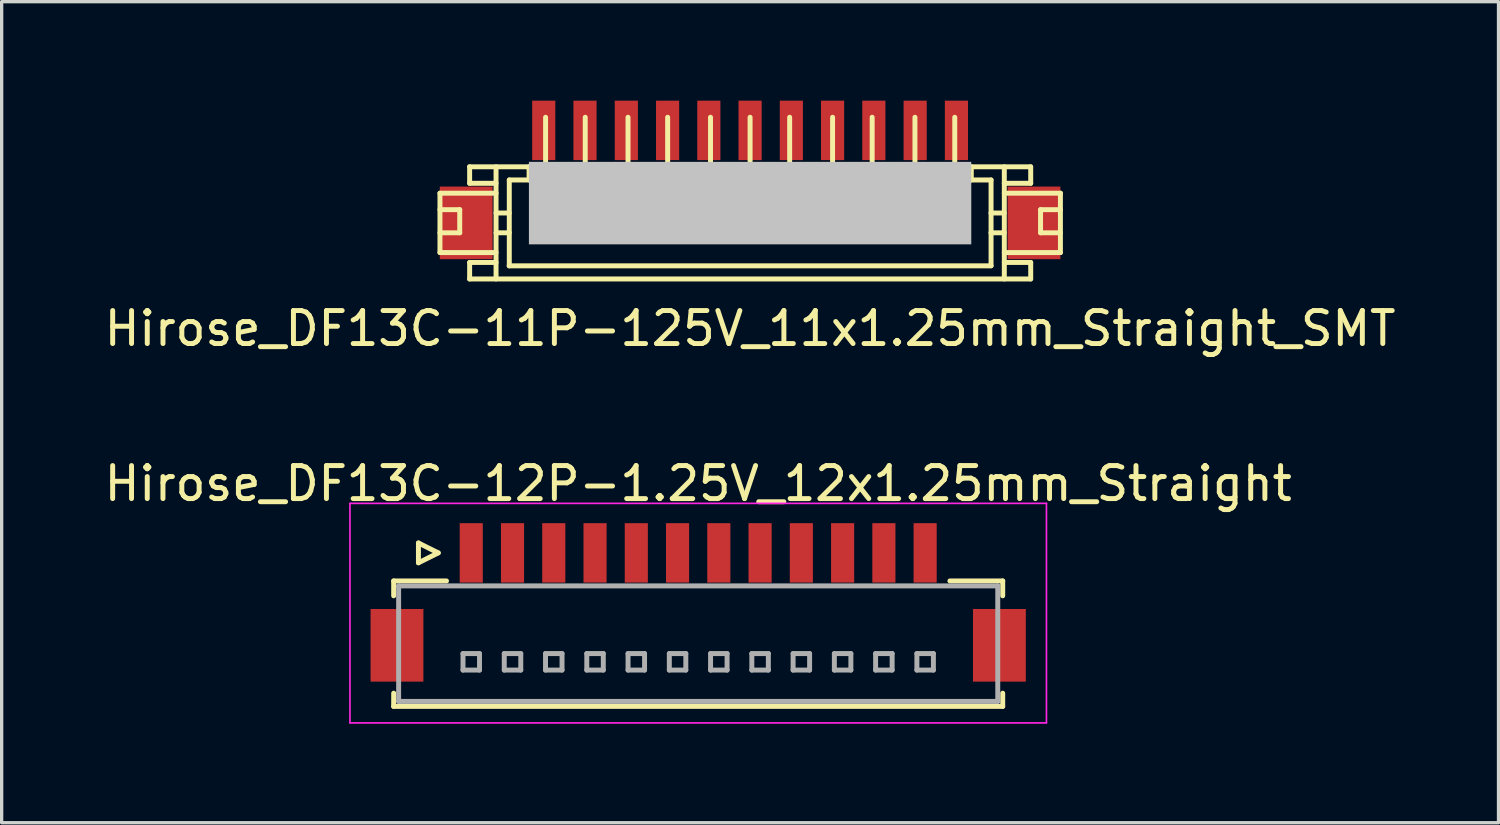
<source format=kicad_pcb>
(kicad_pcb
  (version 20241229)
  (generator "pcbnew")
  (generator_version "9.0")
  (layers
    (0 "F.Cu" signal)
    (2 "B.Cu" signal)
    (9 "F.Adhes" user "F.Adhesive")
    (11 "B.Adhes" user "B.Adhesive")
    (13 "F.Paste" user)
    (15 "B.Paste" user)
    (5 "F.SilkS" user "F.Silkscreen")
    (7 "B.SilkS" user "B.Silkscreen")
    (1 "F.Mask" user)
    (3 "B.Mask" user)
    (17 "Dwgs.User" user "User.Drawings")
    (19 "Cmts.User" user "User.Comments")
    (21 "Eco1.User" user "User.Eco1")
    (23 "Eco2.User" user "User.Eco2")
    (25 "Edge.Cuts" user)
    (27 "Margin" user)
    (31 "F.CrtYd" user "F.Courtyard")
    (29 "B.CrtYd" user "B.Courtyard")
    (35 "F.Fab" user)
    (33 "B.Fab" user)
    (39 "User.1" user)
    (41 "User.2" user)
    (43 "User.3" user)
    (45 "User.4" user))
  (footprint "Hirose_DF13C-11P-125V_11x1.25mm_Straight_SMT"
    (layer "F.Cu")
    (at 19.673 2.902)
    (property "Reference" "Hirose_DF13C-11P-125V_11x1.25mm_Straight_SMT" (at 0 4 0) (layer "F.SilkS") (effects (font (size 1 1) (thickness 0.15))))
    (attr smd)
    (fp_line (start -9.395 -0.099) (end -7.696 -0.099) (stroke (width 0.15) (type solid)) (layer "F.SilkS"))
    (fp_line (start -9.395 0.399) (end -8.796 0.399) (stroke (width 0.15) (type solid)) (layer "F.SilkS"))
    (fp_line (start -9.395 1.699) (end -9.395 -0.099) (stroke (width 0.15) (type solid)) (layer "F.SilkS"))
    (fp_line (start -9.395 1.699) (end -7.696 1.699) (stroke (width 0.15) (type solid)) (layer "F.SilkS"))
    (fp_line (start -8.796 0.399) (end -8.796 1.1) (stroke (width 0.15) (type solid)) (layer "F.SilkS"))
    (fp_line (start -8.796 1.1) (end -9.395 1.1) (stroke (width 0.15) (type solid)) (layer "F.SilkS"))
    (fp_line (start -8.499 -0.899) (end 8.499 -0.899) (stroke (width 0.15) (type solid)) (layer "F.SilkS"))
    (fp_line (start -8.499 2.499) (end 8.499 2.499) (stroke (width 0.15) (type solid)) (layer "F.SilkS"))
    (fp_line (start -8.496 -0.399) (end -8.496 -0.899) (stroke (width 0.15) (type solid)) (layer "F.SilkS"))
    (fp_line (start -8.496 2.499) (end -8.496 1.999) (stroke (width 0.15) (type solid)) (layer "F.SilkS"))
    (fp_line (start -7.696 -0.899) (end -7.696 2.499) (stroke (width 0.15) (type solid)) (layer "F.SilkS"))
    (fp_line (start -7.696 -0.399) (end -8.496 -0.399) (stroke (width 0.15) (type solid)) (layer "F.SilkS"))
    (fp_line (start -7.696 0.5) (end -7.295 0.5) (stroke (width 0.15) (type solid)) (layer "F.SilkS"))
    (fp_line (start -7.696 1.1) (end -7.295 1.1) (stroke (width 0.15) (type solid)) (layer "F.SilkS"))
    (fp_line (start -7.696 1.999) (end -8.496 1.999) (stroke (width 0.15) (type solid)) (layer "F.SilkS"))
    (fp_line (start -7.295 -0.5) (end -6.695 -0.5) (stroke (width 0.15) (type solid)) (layer "F.SilkS"))
    (fp_line (start -7.295 2.101) (end -7.295 -0.5) (stroke (width 0.15) (type solid)) (layer "F.SilkS"))
    (fp_line (start -6.695 -0.902) (end -6.695 -0.5) (stroke (width 0.15) (type solid)) (layer "F.SilkS"))
    (fp_line (start -6.297 0.998) (end -6.297 1.199) (stroke (width 0.15) (type solid)) (layer "F.SilkS"))
    (fp_line (start -6.297 1.199) (end -6.096 1.199) (stroke (width 0.15) (type solid)) (layer "F.SilkS"))
    (fp_line (start -6.195 -0.902) (end -6.195 -2.4) (stroke (width 0.15) (type solid)) (layer "F.SilkS"))
    (fp_line (start -6.096 0.998) (end -6.297 0.998) (stroke (width 0.15) (type solid)) (layer "F.SilkS"))
    (fp_line (start -6.096 1.199) (end -6.096 0.998) (stroke (width 0.15) (type solid)) (layer "F.SilkS"))
    (fp_line (start -5.1 1.001) (end -4.902 1.001) (stroke (width 0.15) (type solid)) (layer "F.SilkS"))
    (fp_line (start -5.1 1.199) (end -5.1 1.001) (stroke (width 0.15) (type solid)) (layer "F.SilkS"))
    (fp_line (start -4.994 -0.899) (end -4.994 -2.4) (stroke (width 0.15) (type solid)) (layer "F.SilkS"))
    (fp_line (start -4.902 1.001) (end -4.902 1.199) (stroke (width 0.15) (type solid)) (layer "F.SilkS"))
    (fp_line (start -4.902 1.199) (end -5.1 1.199) (stroke (width 0.15) (type solid)) (layer "F.SilkS"))
    (fp_line (start -3.797 1.001) (end -3.599 1.001) (stroke (width 0.15) (type solid)) (layer "F.SilkS"))
    (fp_line (start -3.797 1.199) (end -3.797 1.001) (stroke (width 0.15) (type solid)) (layer "F.SilkS"))
    (fp_line (start -3.698 -2.4) (end -3.698 -0.899) (stroke (width 0.15) (type solid)) (layer "F.SilkS"))
    (fp_line (start -3.599 1.001) (end -3.599 1.199) (stroke (width 0.15) (type solid)) (layer "F.SilkS"))
    (fp_line (start -3.599 1.199) (end -3.797 1.199) (stroke (width 0.15) (type solid)) (layer "F.SilkS"))
    (fp_line (start -2.598 1.001) (end -2.4 1.001) (stroke (width 0.15) (type solid)) (layer "F.SilkS"))
    (fp_line (start -2.598 1.199) (end -2.598 1.001) (stroke (width 0.15) (type solid)) (layer "F.SilkS"))
    (fp_line (start -2.497 -0.899) (end -2.497 -2.4) (stroke (width 0.15) (type solid)) (layer "F.SilkS"))
    (fp_line (start -2.4 1.001) (end -2.4 1.199) (stroke (width 0.15) (type solid)) (layer "F.SilkS"))
    (fp_line (start -2.4 1.199) (end -2.598 1.199) (stroke (width 0.15) (type solid)) (layer "F.SilkS"))
    (fp_line (start -1.298 1.001) (end -1.1 1.001) (stroke (width 0.15) (type solid)) (layer "F.SilkS"))
    (fp_line (start -1.298 1.199) (end -1.298 1.001) (stroke (width 0.15) (type solid)) (layer "F.SilkS"))
    (fp_line (start -1.199 -0.899) (end -1.199 -2.4) (stroke (width 0.15) (type solid)) (layer "F.SilkS"))
    (fp_line (start -1.1 1.001) (end -1.1 1.199) (stroke (width 0.15) (type solid)) (layer "F.SilkS"))
    (fp_line (start -1.1 1.199) (end -1.298 1.199) (stroke (width 0.15) (type solid)) (layer "F.SilkS"))
    (fp_line (start -0.099 1.001) (end 0.099 1.001) (stroke (width 0.15) (type solid)) (layer "F.SilkS"))
    (fp_line (start -0.099 1.199) (end -0.099 1.001) (stroke (width 0.15) (type solid)) (layer "F.SilkS"))
    (fp_line (start 0 -2.4) (end 0 -0.899) (stroke (width 0.15) (type solid)) (layer "F.SilkS"))
    (fp_line (start 0.099 1.001) (end 0.099 1.199) (stroke (width 0.15) (type solid)) (layer "F.SilkS"))
    (fp_line (start 0.099 1.199) (end -0.099 1.199) (stroke (width 0.15) (type solid)) (layer "F.SilkS"))
    (fp_line (start 1.102 1.001) (end 1.3 1.001) (stroke (width 0.15) (type solid)) (layer "F.SilkS"))
    (fp_line (start 1.102 1.199) (end 1.102 1.001) (stroke (width 0.15) (type solid)) (layer "F.SilkS"))
    (fp_line (start 1.199 -2.4) (end 1.199 -0.899) (stroke (width 0.15) (type solid)) (layer "F.SilkS"))
    (fp_line (start 1.3 1.001) (end 1.3 1.199) (stroke (width 0.15) (type solid)) (layer "F.SilkS"))
    (fp_line (start 1.3 1.199) (end 1.102 1.199) (stroke (width 0.15) (type solid)) (layer "F.SilkS"))
    (fp_line (start 2.398 1.001) (end 2.598 1.001) (stroke (width 0.15) (type solid)) (layer "F.SilkS"))
    (fp_line (start 2.398 1.199) (end 2.398 1.001) (stroke (width 0.15) (type solid)) (layer "F.SilkS"))
    (fp_line (start 2.499 -2.4) (end 2.499 -0.899) (stroke (width 0.15) (type solid)) (layer "F.SilkS"))
    (fp_line (start 2.598 1.001) (end 2.598 1.199) (stroke (width 0.15) (type solid)) (layer "F.SilkS"))
    (fp_line (start 2.598 1.199) (end 2.398 1.199) (stroke (width 0.15) (type solid)) (layer "F.SilkS"))
    (fp_line (start 3.597 1.001) (end 3.795 1.001) (stroke (width 0.15) (type solid)) (layer "F.SilkS"))
    (fp_line (start 3.597 1.199) (end 3.597 1.001) (stroke (width 0.15) (type solid)) (layer "F.SilkS"))
    (fp_line (start 3.698 -0.899) (end 3.698 -2.4) (stroke (width 0.15) (type solid)) (layer "F.SilkS"))
    (fp_line (start 3.795 1.001) (end 3.795 1.199) (stroke (width 0.15) (type solid)) (layer "F.SilkS"))
    (fp_line (start 3.795 1.199) (end 3.597 1.199) (stroke (width 0.15) (type solid)) (layer "F.SilkS"))
    (fp_line (start 4.9 0.998) (end 5.1 0.998) (stroke (width 0.15) (type solid)) (layer "F.SilkS"))
    (fp_line (start 4.9 1.199) (end 4.9 0.998) (stroke (width 0.15) (type solid)) (layer "F.SilkS"))
    (fp_line (start 4.994 -0.899) (end 4.994 -2.4) (stroke (width 0.15) (type solid)) (layer "F.SilkS"))
    (fp_line (start 5.1 0.998) (end 5.1 1.199) (stroke (width 0.15) (type solid)) (layer "F.SilkS"))
    (fp_line (start 5.1 1.199) (end 4.9 1.199) (stroke (width 0.15) (type solid)) (layer "F.SilkS"))
    (fp_line (start 6.101 1.001) (end 6.302 1.001) (stroke (width 0.15) (type solid)) (layer "F.SilkS"))
    (fp_line (start 6.101 1.199) (end 6.101 1.001) (stroke (width 0.15) (type solid)) (layer "F.SilkS"))
    (fp_line (start 6.2 -0.902) (end 6.2 -2.4) (stroke (width 0.15) (type solid)) (layer "F.SilkS"))
    (fp_line (start 6.302 1.001) (end 6.302 1.199) (stroke (width 0.15) (type solid)) (layer "F.SilkS"))
    (fp_line (start 6.302 1.199) (end 6.101 1.199) (stroke (width 0.15) (type solid)) (layer "F.SilkS"))
    (fp_line (start 6.701 -0.5) (end 6.701 -0.902) (stroke (width 0.15) (type solid)) (layer "F.SilkS"))
    (fp_line (start 7.297 1.1) (end 7.699 1.1) (stroke (width 0.15) (type solid)) (layer "F.SilkS"))
    (fp_line (start 7.3 -0.5) (end 6.701 -0.5) (stroke (width 0.15) (type solid)) (layer "F.SilkS"))
    (fp_line (start 7.3 2.098) (end 7.3 -0.5) (stroke (width 0.15) (type solid)) (layer "F.SilkS"))
    (fp_line (start 7.3 2.101) (end -7.3 2.101) (stroke (width 0.15) (type solid)) (layer "F.SilkS"))
    (fp_line (start 7.699 0.5) (end 7.297 0.5) (stroke (width 0.15) (type solid)) (layer "F.SilkS"))
    (fp_line (start 7.701 -0.899) (end 7.701 2.499) (stroke (width 0.15) (type solid)) (layer "F.SilkS"))
    (fp_line (start 8.501 -0.399) (end 7.701 -0.399) (stroke (width 0.15) (type solid)) (layer "F.SilkS"))
    (fp_line (start 8.501 -0.399) (end 8.501 -0.899) (stroke (width 0.15) (type solid)) (layer "F.SilkS"))
    (fp_line (start 8.501 1.999) (end 7.701 1.999) (stroke (width 0.15) (type solid)) (layer "F.SilkS"))
    (fp_line (start 8.501 2.499) (end 8.501 1.999) (stroke (width 0.15) (type solid)) (layer "F.SilkS"))
    (fp_line (start 8.799 0.399) (end 8.799 1.1) (stroke (width 0.15) (type solid)) (layer "F.SilkS"))
    (fp_line (start 8.801 0.399) (end 9.401 0.399) (stroke (width 0.15) (type solid)) (layer "F.SilkS"))
    (fp_line (start 8.801 1.1) (end 9.401 1.1) (stroke (width 0.15) (type solid)) (layer "F.SilkS"))
    (fp_line (start 9.401 -0.099) (end 7.701 -0.099) (stroke (width 0.15) (type solid)) (layer "F.SilkS"))
    (fp_line (start 9.401 -0.099) (end 9.401 1.699) (stroke (width 0.15) (type solid)) (layer "F.SilkS"))
    (fp_line (start 9.401 1.699) (end 7.701 1.699) (stroke (width 0.15) (type solid)) (layer "F.SilkS"))
    (pad "" smd rect (at -8.6 0.8) (size 1.6 2.2) (layers "F.Cu" "F.Mask" "F.Paste"))
    (pad "" smd rect (at 0 0.201) (size 13.401 2.499) (layers "Dwgs.User"))
    (pad "" smd rect (at 8.6 0.8) (size 1.6 2.2) (layers "F.Cu" "F.Mask" "F.Paste"))
    (pad "1" smd rect (at -6.251 -2.002) (size 0.701 1.801) (layers "F.Cu" "F.Mask" "F.Paste"))
    (pad "2" smd rect (at -5.001 -2.002) (size 0.701 1.801) (layers "F.Cu" "F.Mask" "F.Paste"))
    (pad "3" smd rect (at -3.749 -2.002) (size 0.701 1.801) (layers "F.Cu" "F.Mask" "F.Paste"))
    (pad "4" smd rect (at -2.499 -2.002) (size 0.701 1.801) (layers "F.Cu" "F.Mask" "F.Paste"))
    (pad "5" smd rect (at -1.25 -2.002) (size 0.701 1.801) (layers "F.Cu" "F.Mask" "F.Paste"))
    (pad "6" smd rect (at 0 -2.002) (size 0.701 1.801) (layers "F.Cu" "F.Mask" "F.Paste"))
    (pad "7" smd rect (at 1.25 -2.002) (size 0.701 1.801) (layers "F.Cu" "F.Mask" "F.Paste"))
    (pad "8" smd rect (at 2.499 -2.002) (size 0.701 1.801) (layers "F.Cu" "F.Mask" "F.Paste"))
    (pad "9" smd rect (at 3.749 -2.002) (size 0.701 1.801) (layers "F.Cu" "F.Mask" "F.Paste"))
    (pad "10" smd rect (at 5.001 -2.002) (size 0.701 1.801) (layers "F.Cu" "F.Mask" "F.Paste"))
    (pad "11" smd rect (at 6.251 -2.002) (size 0.701 1.801) (layers "F.Cu" "F.Mask" "F.Paste")))
  (footprint "Hirose_DF13C-12P-1.25V_12x1.25mm_Straight"
    (layer "F.Cu")
    (at 18.101 15.099)
    (property "Reference" "Hirose_DF13C-12P-1.25V_12x1.25mm_Straight" (at 0 -3.5 0) (layer "F.SilkS") (effects (font (size 1 1) (thickness 0.15))))
    (attr smd)
    (fp_line (start -9.225 -0.55) (end -9.225 -0.1) (stroke (width 0.15) (type solid)) (layer "F.SilkS"))
    (fp_line (start -9.225 -0.55) (end -7.625 -0.55) (stroke (width 0.15) (type solid)) (layer "F.SilkS"))
    (fp_line (start -9.225 3.25) (end -9.225 2.85) (stroke (width 0.15) (type solid)) (layer "F.SilkS"))
    (fp_line (start -9.225 3.25) (end 9.225 3.25) (stroke (width 0.15) (type solid)) (layer "F.SilkS"))
    (fp_line (start -8.475 -1.7) (end -8.475 -1.1) (stroke (width 0.15) (type solid)) (layer "F.SilkS"))
    (fp_line (start -8.475 -1.1) (end -7.875 -1.4) (stroke (width 0.15) (type solid)) (layer "F.SilkS"))
    (fp_line (start -7.875 -1.4) (end -8.475 -1.7) (stroke (width 0.15) (type solid)) (layer "F.SilkS"))
    (fp_line (start 9.225 -0.55) (end 7.625 -0.55) (stroke (width 0.15) (type solid)) (layer "F.SilkS"))
    (fp_line (start 9.225 -0.55) (end 9.225 -0.1) (stroke (width 0.15) (type solid)) (layer "F.SilkS"))
    (fp_line (start 9.225 3.25) (end 9.225 2.85) (stroke (width 0.15) (type solid)) (layer "F.SilkS"))
    (fp_line (start -10.55 -2.9) (end -10.55 3.75) (stroke (width 0.05) (type solid)) (layer "F.CrtYd"))
    (fp_line (start -10.55 3.75) (end 10.55 3.75) (stroke (width 0.05) (type solid)) (layer "F.CrtYd"))
    (fp_line (start 10.55 -2.9) (end -10.55 -2.9) (stroke (width 0.05) (type solid)) (layer "F.CrtYd"))
    (fp_line (start 10.55 3.75) (end 10.55 -2.9) (stroke (width 0.05) (type solid)) (layer "F.CrtYd"))
    (fp_line (start -9.075 -0.4) (end -9.075 3.1) (stroke (width 0.15) (type solid)) (layer "F.Fab"))
    (fp_line (start -9.075 3.1) (end 9.075 3.1) (stroke (width 0.15) (type solid)) (layer "F.Fab"))
    (fp_line (start -7.125 1.65) (end -7.125 2.15) (stroke (width 0.15) (type solid)) (layer "F.Fab"))
    (fp_line (start -7.125 2.15) (end -6.625 2.15) (stroke (width 0.15) (type solid)) (layer "F.Fab"))
    (fp_line (start -6.625 1.65) (end -7.125 1.65) (stroke (width 0.15) (type solid)) (layer "F.Fab"))
    (fp_line (start -6.625 2.15) (end -6.625 1.65) (stroke (width 0.15) (type solid)) (layer "F.Fab"))
    (fp_line (start -5.875 1.65) (end -5.875 2.15) (stroke (width 0.15) (type solid)) (layer "F.Fab"))
    (fp_line (start -5.875 2.15) (end -5.375 2.15) (stroke (width 0.15) (type solid)) (layer "F.Fab"))
    (fp_line (start -5.375 1.65) (end -5.875 1.65) (stroke (width 0.15) (type solid)) (layer "F.Fab"))
    (fp_line (start -5.375 2.15) (end -5.375 1.65) (stroke (width 0.15) (type solid)) (layer "F.Fab"))
    (fp_line (start -4.625 1.65) (end -4.625 2.15) (stroke (width 0.15) (type solid)) (layer "F.Fab"))
    (fp_line (start -4.625 2.15) (end -4.125 2.15) (stroke (width 0.15) (type solid)) (layer "F.Fab"))
    (fp_line (start -4.125 1.65) (end -4.625 1.65) (stroke (width 0.15) (type solid)) (layer "F.Fab"))
    (fp_line (start -4.125 2.15) (end -4.125 1.65) (stroke (width 0.15) (type solid)) (layer "F.Fab"))
    (fp_line (start -3.375 1.65) (end -3.375 2.15) (stroke (width 0.15) (type solid)) (layer "F.Fab"))
    (fp_line (start -3.375 2.15) (end -2.875 2.15) (stroke (width 0.15) (type solid)) (layer "F.Fab"))
    (fp_line (start -2.875 1.65) (end -3.375 1.65) (stroke (width 0.15) (type solid)) (layer "F.Fab"))
    (fp_line (start -2.875 2.15) (end -2.875 1.65) (stroke (width 0.15) (type solid)) (layer "F.Fab"))
    (fp_line (start -2.125 1.65) (end -2.125 2.15) (stroke (width 0.15) (type solid)) (layer "F.Fab"))
    (fp_line (start -2.125 2.15) (end -1.625 2.15) (stroke (width 0.15) (type solid)) (layer "F.Fab"))
    (fp_line (start -1.625 1.65) (end -2.125 1.65) (stroke (width 0.15) (type solid)) (layer "F.Fab"))
    (fp_line (start -1.625 2.15) (end -1.625 1.65) (stroke (width 0.15) (type solid)) (layer "F.Fab"))
    (fp_line (start -0.875 1.65) (end -0.875 2.15) (stroke (width 0.15) (type solid)) (layer "F.Fab"))
    (fp_line (start -0.875 2.15) (end -0.375 2.15) (stroke (width 0.15) (type solid)) (layer "F.Fab"))
    (fp_line (start -0.375 1.65) (end -0.875 1.65) (stroke (width 0.15) (type solid)) (layer "F.Fab"))
    (fp_line (start -0.375 2.15) (end -0.375 1.65) (stroke (width 0.15) (type solid)) (layer "F.Fab"))
    (fp_line (start 0.375 1.65) (end 0.375 2.15) (stroke (width 0.15) (type solid)) (layer "F.Fab"))
    (fp_line (start 0.375 2.15) (end 0.875 2.15) (stroke (width 0.15) (type solid)) (layer "F.Fab"))
    (fp_line (start 0.875 1.65) (end 0.375 1.65) (stroke (width 0.15) (type solid)) (layer "F.Fab"))
    (fp_line (start 0.875 2.15) (end 0.875 1.65) (stroke (width 0.15) (type solid)) (layer "F.Fab"))
    (fp_line (start 1.625 1.65) (end 1.625 2.15) (stroke (width 0.15) (type solid)) (layer "F.Fab"))
    (fp_line (start 1.625 2.15) (end 2.125 2.15) (stroke (width 0.15) (type solid)) (layer "F.Fab"))
    (fp_line (start 2.125 1.65) (end 1.625 1.65) (stroke (width 0.15) (type solid)) (layer "F.Fab"))
    (fp_line (start 2.125 2.15) (end 2.125 1.65) (stroke (width 0.15) (type solid)) (layer "F.Fab"))
    (fp_line (start 2.875 1.65) (end 2.875 2.15) (stroke (width 0.15) (type solid)) (layer "F.Fab"))
    (fp_line (start 2.875 2.15) (end 3.375 2.15) (stroke (width 0.15) (type solid)) (layer "F.Fab"))
    (fp_line (start 3.375 1.65) (end 2.875 1.65) (stroke (width 0.15) (type solid)) (layer "F.Fab"))
    (fp_line (start 3.375 2.15) (end 3.375 1.65) (stroke (width 0.15) (type solid)) (layer "F.Fab"))
    (fp_line (start 4.125 1.65) (end 4.125 2.15) (stroke (width 0.15) (type solid)) (layer "F.Fab"))
    (fp_line (start 4.125 2.15) (end 4.625 2.15) (stroke (width 0.15) (type solid)) (layer "F.Fab"))
    (fp_line (start 4.625 1.65) (end 4.125 1.65) (stroke (width 0.15) (type solid)) (layer "F.Fab"))
    (fp_line (start 4.625 2.15) (end 4.625 1.65) (stroke (width 0.15) (type solid)) (layer "F.Fab"))
    (fp_line (start 5.375 1.65) (end 5.375 2.15) (stroke (width 0.15) (type solid)) (layer "F.Fab"))
    (fp_line (start 5.375 2.15) (end 5.875 2.15) (stroke (width 0.15) (type solid)) (layer "F.Fab"))
    (fp_line (start 5.875 1.65) (end 5.375 1.65) (stroke (width 0.15) (type solid)) (layer "F.Fab"))
    (fp_line (start 5.875 2.15) (end 5.875 1.65) (stroke (width 0.15) (type solid)) (layer "F.Fab"))
    (fp_line (start 6.625 1.65) (end 6.625 2.15) (stroke (width 0.15) (type solid)) (layer "F.Fab"))
    (fp_line (start 6.625 2.15) (end 7.125 2.15) (stroke (width 0.15) (type solid)) (layer "F.Fab"))
    (fp_line (start 7.125 1.65) (end 6.625 1.65) (stroke (width 0.15) (type solid)) (layer "F.Fab"))
    (fp_line (start 7.125 2.15) (end 7.125 1.65) (stroke (width 0.15) (type solid)) (layer "F.Fab"))
    (fp_line (start 9.075 -0.4) (end -9.075 -0.4) (stroke (width 0.15) (type solid)) (layer "F.Fab"))
    (fp_line (start 9.075 3.1) (end 9.075 -0.4) (stroke (width 0.15) (type solid)) (layer "F.Fab"))
    (pad "" smd rect (at -9.125 1.4) (size 1.6 2.2) (layers "F.Cu" "F.Mask" "F.Paste"))
    (pad "" smd rect (at 9.125 1.4) (size 1.6 2.2) (layers "F.Cu" "F.Mask" "F.Paste"))
    (pad "1" smd rect (at -6.875 -1.4) (size 0.7 1.8) (layers "F.Cu" "F.Mask" "F.Paste"))
    (pad "2" smd rect (at -5.625 -1.4) (size 0.7 1.8) (layers "F.Cu" "F.Mask" "F.Paste"))
    (pad "3" smd rect (at -4.375 -1.4) (size 0.7 1.8) (layers "F.Cu" "F.Mask" "F.Paste"))
    (pad "4" smd rect (at -3.125 -1.4) (size 0.7 1.8) (layers "F.Cu" "F.Mask" "F.Paste"))
    (pad "5" smd rect (at -1.875 -1.4) (size 0.7 1.8) (layers "F.Cu" "F.Mask" "F.Paste"))
    (pad "6" smd rect (at -0.625 -1.4) (size 0.7 1.8) (layers "F.Cu" "F.Mask" "F.Paste"))
    (pad "7" smd rect (at 0.625 -1.4) (size 0.7 1.8) (layers "F.Cu" "F.Mask" "F.Paste"))
    (pad "8" smd rect (at 1.875 -1.4) (size 0.7 1.8) (layers "F.Cu" "F.Mask" "F.Paste"))
    (pad "9" smd rect (at 3.125 -1.4) (size 0.7 1.8) (layers "F.Cu" "F.Mask" "F.Paste"))
    (pad "10" smd rect (at 4.375 -1.4) (size 0.7 1.8) (layers "F.Cu" "F.Mask" "F.Paste"))
    (pad "11" smd rect (at 5.625 -1.4) (size 0.7 1.8) (layers "F.Cu" "F.Mask" "F.Paste"))
    (pad "12" smd rect (at 6.875 -1.4) (size 0.7 1.8) (layers "F.Cu" "F.Mask" "F.Paste")))
  (gr_rect
    (start -3 -3)
    (end 42.345 21.874)
    (stroke (width 0.1) (type default))
    (fill no)
    (layer "Edge.Cuts")))
</source>
